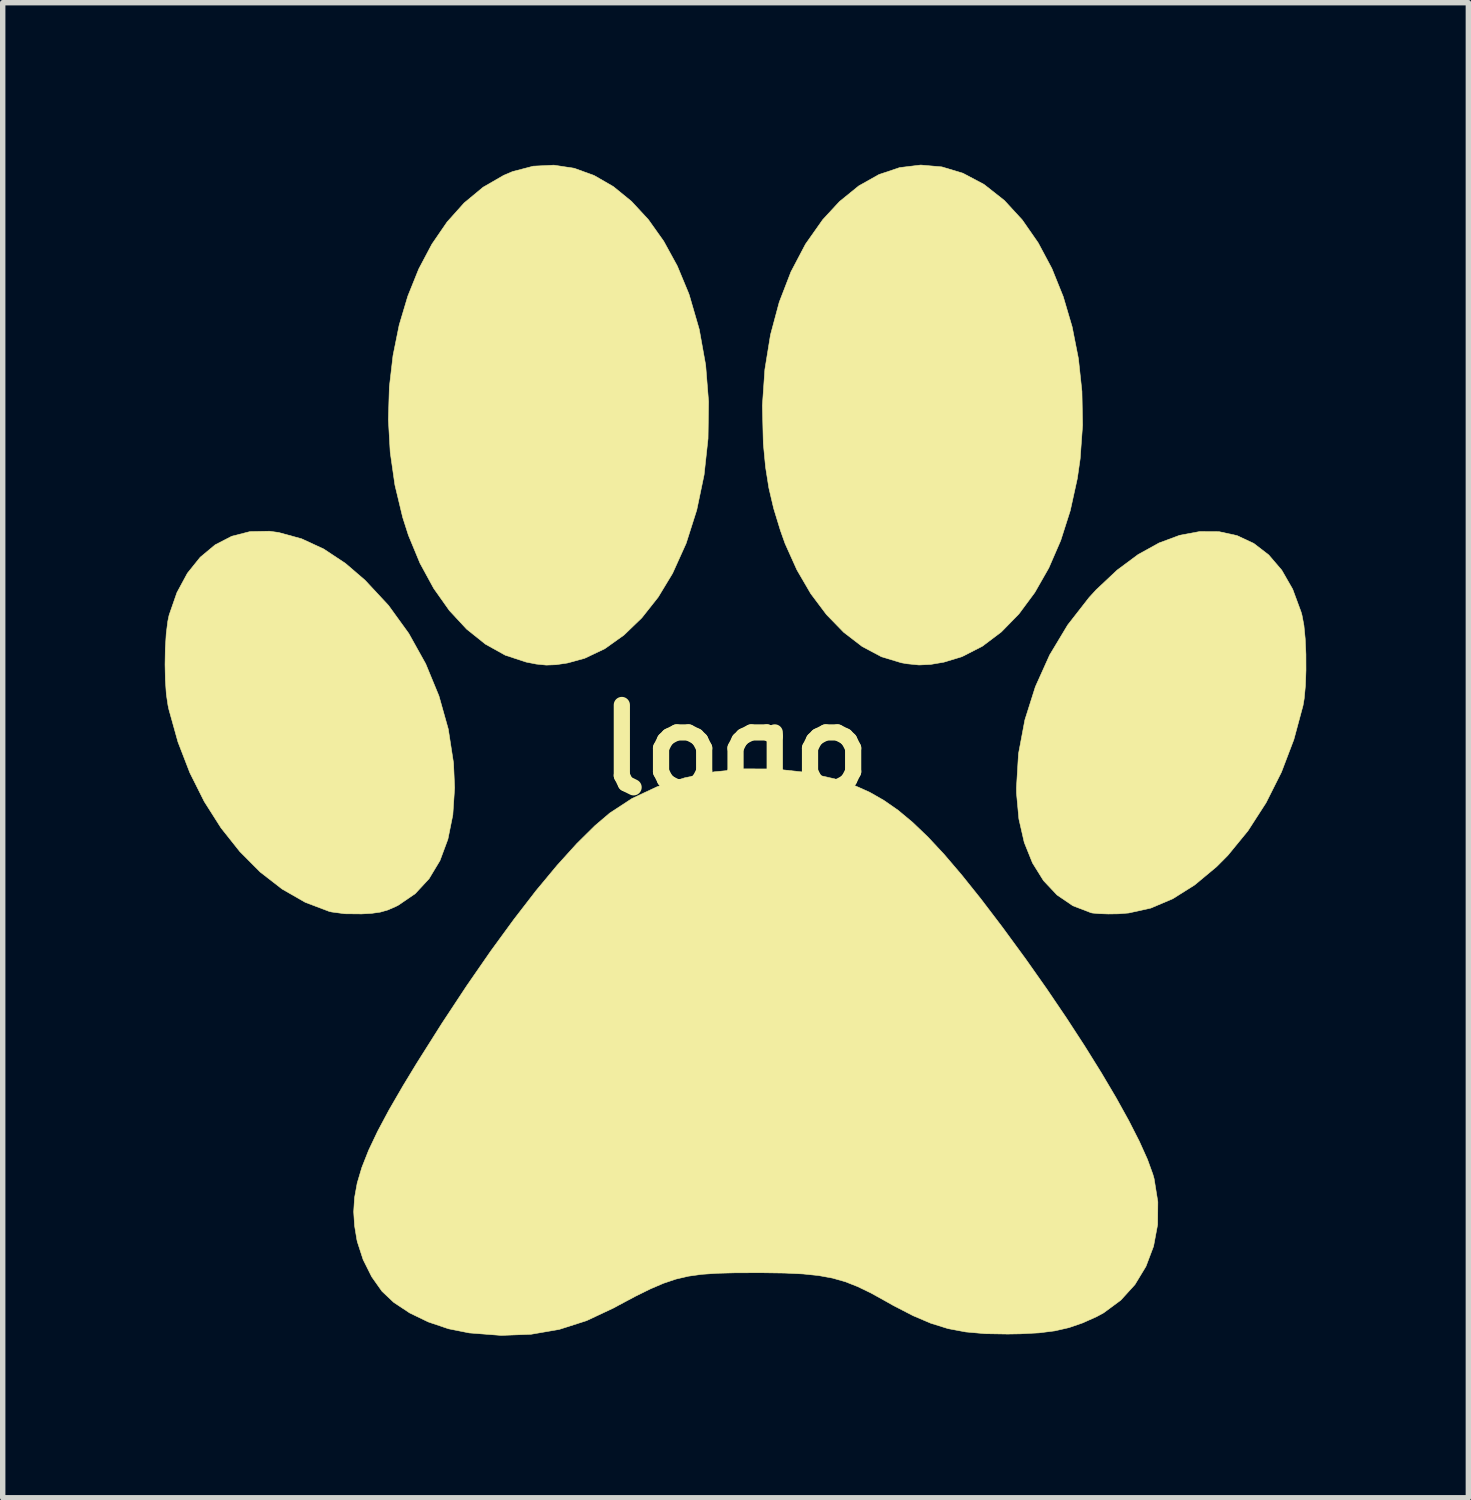
<source format=kicad_pcb>
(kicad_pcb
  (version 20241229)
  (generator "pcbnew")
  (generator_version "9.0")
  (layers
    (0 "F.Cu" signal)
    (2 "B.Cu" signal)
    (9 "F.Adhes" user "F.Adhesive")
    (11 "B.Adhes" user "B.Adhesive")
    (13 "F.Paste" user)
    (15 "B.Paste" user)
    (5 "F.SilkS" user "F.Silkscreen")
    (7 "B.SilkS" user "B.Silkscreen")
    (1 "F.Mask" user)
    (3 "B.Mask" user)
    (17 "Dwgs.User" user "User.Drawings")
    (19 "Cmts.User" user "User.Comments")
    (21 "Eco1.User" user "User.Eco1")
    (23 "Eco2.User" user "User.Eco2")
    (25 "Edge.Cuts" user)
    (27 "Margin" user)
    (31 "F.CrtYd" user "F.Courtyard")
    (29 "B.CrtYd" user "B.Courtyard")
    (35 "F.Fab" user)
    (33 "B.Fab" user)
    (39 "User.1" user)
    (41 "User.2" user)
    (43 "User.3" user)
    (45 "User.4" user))
  (footprint "logo"
    (layer "F.Cu")
    (at 10.565 10.834)
    (property "Reference" "logo" (at 0 0 0) (layer "F.SilkS") (effects (font (size 1.524 1.524) (thickness 0.3))))
    (attr through_hole)
    (fp_poly (pts (xy -8.455 -4.027) (xy -8.032 -3.911) (xy -7.623 -3.722) (xy -7.221 -3.456) (xy -6.859 -3.145) (xy -6.424 -2.678) (xy -6.048 -2.158) (xy -5.735 -1.596) (xy -5.49 -1.002) (xy -5.317 -0.387) (xy -5.22 0.24) (xy -5.2 0.699) (xy -5.233 1.2) (xy -5.324 1.65) (xy -5.471 2.046) (xy -5.673 2.382) (xy -5.929 2.658) (xy -6.236 2.868) (xy -6.289 2.896) (xy -6.437 2.96) (xy -6.576 3) (xy -6.739 3.023) (xy -6.921 3.033) (xy -7.23 3.03) (xy -7.477 2.997) (xy -7.523 2.986) (xy -7.966 2.818) (xy -8.393 2.573) (xy -8.799 2.258) (xy -9.177 1.878) (xy -9.524 1.441) (xy -9.834 0.953) (xy -10.101 0.42) (xy -10.321 -0.15) (xy -10.489 -0.752) (xy -10.505 -0.826) (xy -10.536 -1.033) (xy -10.554 -1.294) (xy -10.56 -1.584) (xy -10.555 -1.878) (xy -10.538 -2.153) (xy -10.509 -2.384) (xy -10.485 -2.498) (xy -10.34 -2.915) (xy -10.146 -3.274) (xy -9.909 -3.569) (xy -9.633 -3.799) (xy -9.325 -3.958) (xy -8.988 -4.044) (xy -8.628 -4.051) (xy -8.455 -4.027)) (stroke (width 0.01) (type solid)) (fill yes) (layer "F.SilkS"))
    (fp_poly (pts (xy 8.949 -4.043) (xy 9.283 -3.97) (xy 9.592 -3.826) (xy 9.869 -3.613) (xy 10.111 -3.33) (xy 10.313 -2.978) (xy 10.468 -2.558) (xy 10.485 -2.498) (xy 10.521 -2.308) (xy 10.545 -2.059) (xy 10.558 -1.774) (xy 10.559 -1.478) (xy 10.549 -1.196) (xy 10.526 -0.951) (xy 10.505 -0.826) (xy 10.335 -0.195) (xy 10.105 0.409) (xy 9.82 0.976) (xy 9.486 1.494) (xy 9.111 1.952) (xy 8.906 2.158) (xy 8.499 2.497) (xy 8.094 2.752) (xy 7.687 2.925) (xy 7.277 3.016) (xy 7.091 3.031) (xy 6.903 3.034) (xy 6.732 3.028) (xy 6.608 3.017) (xy 6.58 3.011) (xy 6.244 2.882) (xy 5.95 2.682) (xy 5.7 2.416) (xy 5.497 2.09) (xy 5.344 1.709) (xy 5.245 1.276) (xy 5.201 0.797) (xy 5.2 0.699) (xy 5.238 0.068) (xy 5.356 -0.559) (xy 5.55 -1.172) (xy 5.815 -1.761) (xy 6.148 -2.315) (xy 6.544 -2.823) (xy 6.676 -2.967) (xy 7.062 -3.33) (xy 7.451 -3.619) (xy 7.84 -3.834) (xy 8.222 -3.976) (xy 8.593 -4.045) (xy 8.949 -4.043)) (stroke (width 0.01) (type solid)) (fill yes) (layer "F.SilkS"))
    (fp_poly (pts (xy -2.984 -10.769) (xy -2.616 -10.635) (xy -2.261 -10.43) (xy -1.926 -10.157) (xy -1.613 -9.819) (xy -1.329 -9.419) (xy -1.078 -8.961) (xy -0.865 -8.448) (xy -0.856 -8.422) (xy -0.672 -7.789) (xy -0.553 -7.127) (xy -0.499 -6.448) (xy -0.509 -5.766) (xy -0.582 -5.094) (xy -0.718 -4.443) (xy -0.914 -3.827) (xy -1.165 -3.271) (xy -1.432 -2.83) (xy -1.735 -2.447) (xy -2.067 -2.127) (xy -2.421 -1.875) (xy -2.792 -1.699) (xy -3.109 -1.612) (xy -3.323 -1.58) (xy -3.503 -1.573) (xy -3.689 -1.592) (xy -3.877 -1.629) (xy -4.263 -1.756) (xy -4.631 -1.961) (xy -4.978 -2.239) (xy -5.298 -2.584) (xy -5.587 -2.993) (xy -5.841 -3.459) (xy -6.055 -3.976) (xy -6.161 -4.307) (xy -6.305 -4.906) (xy -6.392 -5.513) (xy -6.426 -6.119) (xy -6.408 -6.718) (xy -6.34 -7.303) (xy -6.226 -7.867) (xy -6.066 -8.403) (xy -5.864 -8.905) (xy -5.621 -9.364) (xy -5.34 -9.774) (xy -5.023 -10.128) (xy -4.672 -10.419) (xy -4.289 -10.64) (xy -4.128 -10.708) (xy -3.745 -10.808) (xy -3.362 -10.827) (xy -2.984 -10.769)) (stroke (width 0.01) (type solid)) (fill yes) (layer "F.SilkS"))
    (fp_poly (pts (xy 3.819 -10.795) (xy 4.208 -10.678) (xy 4.588 -10.477) (xy 4.608 -10.464) (xy 4.976 -10.174) (xy 5.308 -9.813) (xy 5.602 -9.39) (xy 5.856 -8.914) (xy 6.066 -8.393) (xy 6.231 -7.834) (xy 6.347 -7.246) (xy 6.412 -6.638) (xy 6.424 -6.016) (xy 6.379 -5.39) (xy 6.327 -5.028) (xy 6.196 -4.432) (xy 6.019 -3.878) (xy 5.799 -3.371) (xy 5.54 -2.917) (xy 5.246 -2.52) (xy 4.921 -2.187) (xy 4.568 -1.921) (xy 4.192 -1.729) (xy 3.857 -1.627) (xy 3.61 -1.585) (xy 3.396 -1.575) (xy 3.171 -1.598) (xy 3.069 -1.616) (xy 2.701 -1.727) (xy 2.344 -1.917) (xy 2.003 -2.179) (xy 1.684 -2.507) (xy 1.393 -2.894) (xy 1.136 -3.335) (xy 0.917 -3.822) (xy 0.831 -4.064) (xy 0.706 -4.472) (xy 0.617 -4.851) (xy 0.556 -5.237) (xy 0.515 -5.668) (xy 0.514 -5.683) (xy 0.497 -6.375) (xy 0.543 -7.045) (xy 0.647 -7.686) (xy 0.809 -8.291) (xy 1.026 -8.853) (xy 1.295 -9.365) (xy 1.615 -9.819) (xy 1.924 -10.153) (xy 2.281 -10.443) (xy 2.654 -10.653) (xy 3.038 -10.782) (xy 3.428 -10.829) (xy 3.819 -10.795)) (stroke (width 0.01) (type solid)) (fill yes) (layer "F.SilkS"))
    (fp_poly (pts (xy 0.729 0.35) (xy 1.29 0.411) (xy 1.832 0.532) (xy 2.212 0.66) (xy 2.481 0.78) (xy 2.744 0.93) (xy 3.009 1.114) (xy 3.28 1.34) (xy 3.563 1.611) (xy 3.864 1.934) (xy 4.188 2.314) (xy 4.542 2.756) (xy 4.93 3.266) (xy 4.972 3.323) (xy 5.376 3.875) (xy 5.762 4.423) (xy 6.125 4.959) (xy 6.462 5.477) (xy 6.77 5.972) (xy 7.044 6.435) (xy 7.28 6.861) (xy 7.475 7.244) (xy 7.625 7.577) (xy 7.725 7.853) (xy 7.748 7.934) (xy 7.817 8.363) (xy 7.813 8.783) (xy 7.738 9.185) (xy 7.597 9.558) (xy 7.393 9.895) (xy 7.13 10.184) (xy 6.813 10.418) (xy 6.682 10.489) (xy 6.422 10.605) (xy 6.172 10.691) (xy 5.91 10.751) (xy 5.617 10.788) (xy 5.272 10.806) (xy 5.038 10.81) (xy 4.623 10.803) (xy 4.262 10.771) (xy 3.933 10.709) (xy 3.615 10.61) (xy 3.286 10.47) (xy 2.922 10.282) (xy 2.775 10.199) (xy 2.506 10.05) (xy 2.262 9.932) (xy 2.031 9.841) (xy 1.795 9.774) (xy 1.539 9.727) (xy 1.249 9.697) (xy 0.909 9.681) (xy 0.503 9.675) (xy 0.402 9.675) (xy -0.002 9.676) (xy -0.339 9.685) (xy -0.623 9.704) (xy -0.873 9.739) (xy -1.104 9.793) (xy -1.333 9.87) (xy -1.576 9.974) (xy -1.85 10.109) (xy -2.171 10.28) (xy -2.257 10.327) (xy -2.757 10.562) (xy -3.263 10.724) (xy -3.785 10.814) (xy -4.338 10.835) (xy -4.929 10.789) (xy -5.314 10.712) (xy -5.687 10.586) (xy -6.031 10.42) (xy -6.328 10.223) (xy -6.545 10.018) (xy -6.735 9.749) (xy -6.893 9.433) (xy -7 9.104) (xy -7.009 9.064) (xy -7.052 8.802) (xy -7.068 8.546) (xy -7.052 8.286) (xy -7.003 8.015) (xy -6.917 7.726) (xy -6.792 7.409) (xy -6.625 7.057) (xy -6.414 6.662) (xy -6.155 6.215) (xy -5.903 5.8) (xy -5.435 5.059) (xy -4.977 4.365) (xy -4.532 3.722) (xy -4.102 3.133) (xy -3.692 2.602) (xy -3.303 2.134) (xy -2.939 1.732) (xy -2.603 1.4) (xy -2.328 1.166) (xy -1.917 0.897) (xy -1.45 0.678) (xy -0.939 0.513) (xy -0.397 0.403) (xy 0.163 0.348) (xy 0.729 0.35)) (stroke (width 0.01) (type solid)) (fill yes) (layer "F.SilkS")))
  (gr_rect
    (start -3 -3)
    (end 24.13 24.674)
    (stroke (width 0.1) (type default))
    (fill no)
    (layer "Edge.Cuts")))
</source>
